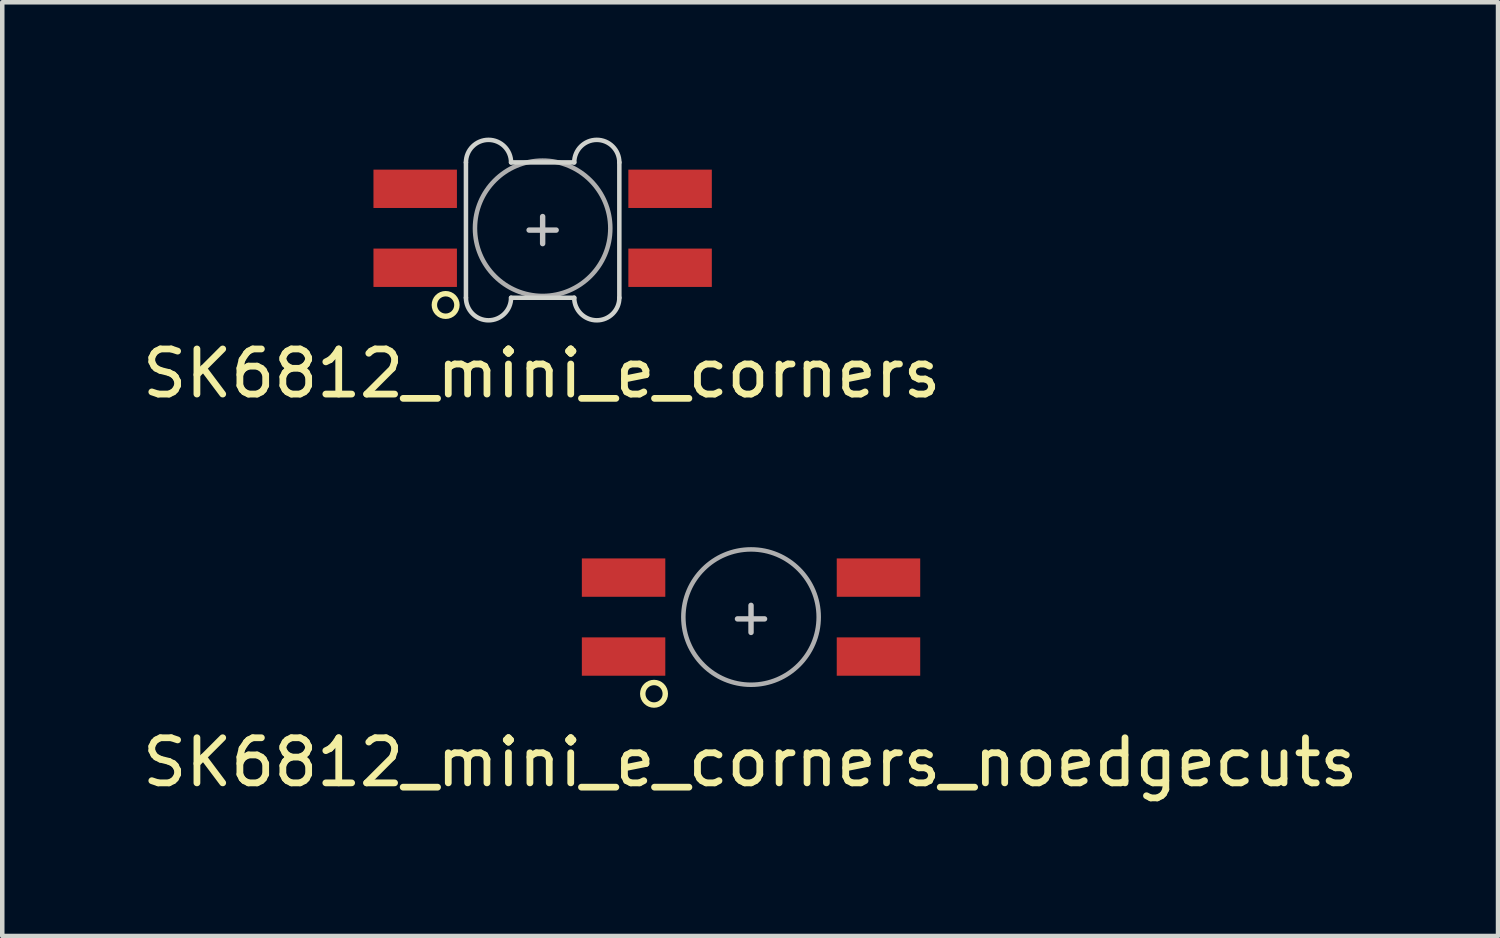
<source format=kicad_pcb>
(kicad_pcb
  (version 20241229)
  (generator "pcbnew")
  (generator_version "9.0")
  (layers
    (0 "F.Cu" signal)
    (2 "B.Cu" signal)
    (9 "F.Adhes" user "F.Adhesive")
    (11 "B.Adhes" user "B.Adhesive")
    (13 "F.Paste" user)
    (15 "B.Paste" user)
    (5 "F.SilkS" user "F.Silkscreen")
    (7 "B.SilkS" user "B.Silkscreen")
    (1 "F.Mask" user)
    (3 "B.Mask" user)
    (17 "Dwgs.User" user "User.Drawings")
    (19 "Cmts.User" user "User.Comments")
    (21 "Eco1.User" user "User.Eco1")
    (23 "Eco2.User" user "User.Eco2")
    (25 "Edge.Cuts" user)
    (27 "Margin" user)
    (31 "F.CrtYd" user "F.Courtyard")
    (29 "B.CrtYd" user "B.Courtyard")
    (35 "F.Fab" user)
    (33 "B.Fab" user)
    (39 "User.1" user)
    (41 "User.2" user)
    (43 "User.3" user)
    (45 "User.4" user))
  (footprint "SK6812_mini_e_corners"
    (layer "F.Cu")
    (at 8.978 1.91)
    (property "Reference" "SK6812_mini_e_corners" (at -0.02 3.32 0) (layer "F.SilkS") (effects (font (size 1 1) (thickness 0.15))))
    (attr through_hole)
    (fp_poly (pts (xy -1.9 1.35) (xy -3.3 1.35) (xy -3.7 0.95) (xy -3.7 0.6) (xy -1.9 0.6)) (stroke (width 0.1) (type solid)) (fill yes) (layer "F.Mask"))
    (fp_circle (center -2.15 1.8) (end -2 1.6) (stroke (width 0.12) (type solid)) (fill no) (layer "F.SilkS"))
    (fp_poly (pts (xy -1.9 1.35) (xy -3.3 1.35) (xy -3.7 0.95) (xy -3.7 0.6) (xy -1.9 0.6)) (stroke (width 0.1) (type solid)) (fill yes) (layer "F.Paste"))
    (fp_line (start -0.3 0.14) (end 0.3 0.14) (stroke (width 0.12) (type solid)) (layer "Dwgs.User"))
    (fp_line (start 0 0.44) (end 0 -0.16) (stroke (width 0.12) (type solid)) (layer "Dwgs.User"))
    (fp_line (start -1.7 -1.36) (end -1.7 1.64) (stroke (width 0.1) (type solid)) (layer "Edge.Cuts"))
    (fp_line (start -0.7 -1.36) (end 0.7 -1.36) (stroke (width 0.1) (type solid)) (layer "Edge.Cuts"))
    (fp_line (start -0.7 1.64) (end 0.7 1.64) (stroke (width 0.1) (type solid)) (layer "Edge.Cuts"))
    (fp_line (start 1.7 1.64) (end 1.7 -1.36) (stroke (width 0.1) (type solid)) (layer "Edge.Cuts"))
    (fp_arc (start -1.7 -1.36) (mid -1.2 -1.86) (end -0.7 -1.36) (stroke (width 0.1) (type solid)) (layer "Edge.Cuts"))
    (fp_arc (start -0.7 1.64) (mid -1.2 2.14) (end -1.7 1.64) (stroke (width 0.1) (type solid)) (layer "Edge.Cuts"))
    (fp_arc (start 0.7 -1.36) (mid 1.2 -1.86) (end 1.7 -1.36) (stroke (width 0.1) (type solid)) (layer "Edge.Cuts"))
    (fp_arc (start 1.7 1.64) (mid 1.2 2.14) (end 0.7 1.64) (stroke (width 0.1) (type solid)) (layer "Edge.Cuts"))
    (fp_circle (center 0 0.1) (end 0 -1.4) (stroke (width 0.1) (type solid)) (fill no) (layer "F.Fab"))
    (pad "1" smd rect (at 2.825 0.975) (size 1.85 0.85) (layers "F.Cu" "F.Mask" "F.Paste"))
    (pad "2" smd rect (at -2.825 0.975) (size 1.85 0.85) (layers "F.Cu"))
    (pad "3" smd rect (at -2.825 -0.775 180) (size 1.85 0.85) (layers "F.Cu" "F.Mask" "F.Paste"))
    (pad "4" smd rect (at 2.825 -0.775 180) (size 1.85 0.85) (layers "F.Cu" "F.Mask" "F.Paste")))
  (footprint "SK6812_mini_e_corners_noedgecuts"
    (layer "F.Cu")
    (at 13.597 10.528)
    (property "Reference" "SK6812_mini_e_corners_noedgecuts" (at -0.02 3.32 0) (layer "F.SilkS") (effects (font (size 1 1) (thickness 0.15))))
    (attr through_hole)
    (fp_poly (pts (xy -1.9 1.35) (xy -3.3 1.35) (xy -3.7 0.95) (xy -3.7 0.6) (xy -1.9 0.6)) (stroke (width 0.1) (type solid)) (fill yes) (layer "F.Mask"))
    (fp_circle (center -2.15 1.8) (end -2 1.6) (stroke (width 0.12) (type solid)) (fill no) (layer "F.SilkS"))
    (fp_poly (pts (xy -1.9 1.35) (xy -3.3 1.35) (xy -3.7 0.95) (xy -3.7 0.6) (xy -1.9 0.6)) (stroke (width 0.1) (type solid)) (fill yes) (layer "F.Paste"))
    (fp_line (start -0.3 0.14) (end 0.3 0.14) (stroke (width 0.12) (type solid)) (layer "Dwgs.User"))
    (fp_line (start 0 0.44) (end 0 -0.16) (stroke (width 0.12) (type solid)) (layer "Dwgs.User"))
    (fp_circle (center 0 0.1) (end 0 -1.4) (stroke (width 0.1) (type solid)) (fill no) (layer "F.Fab"))
    (pad "1" smd rect (at 2.825 0.975) (size 1.85 0.85) (layers "F.Cu" "F.Mask" "F.Paste"))
    (pad "2" smd rect (at -2.825 0.975) (size 1.85 0.85) (layers "F.Cu"))
    (pad "3" smd rect (at -2.825 -0.775 180) (size 1.85 0.85) (layers "F.Cu" "F.Mask" "F.Paste"))
    (pad "4" smd rect (at 2.825 -0.775 180) (size 1.85 0.85) (layers "F.Cu" "F.Mask" "F.Paste")))
  (gr_rect
    (start -3 -3)
    (end 30.155 17.697)
    (stroke (width 0.1) (type default))
    (fill no)
    (layer "Edge.Cuts")))
</source>
